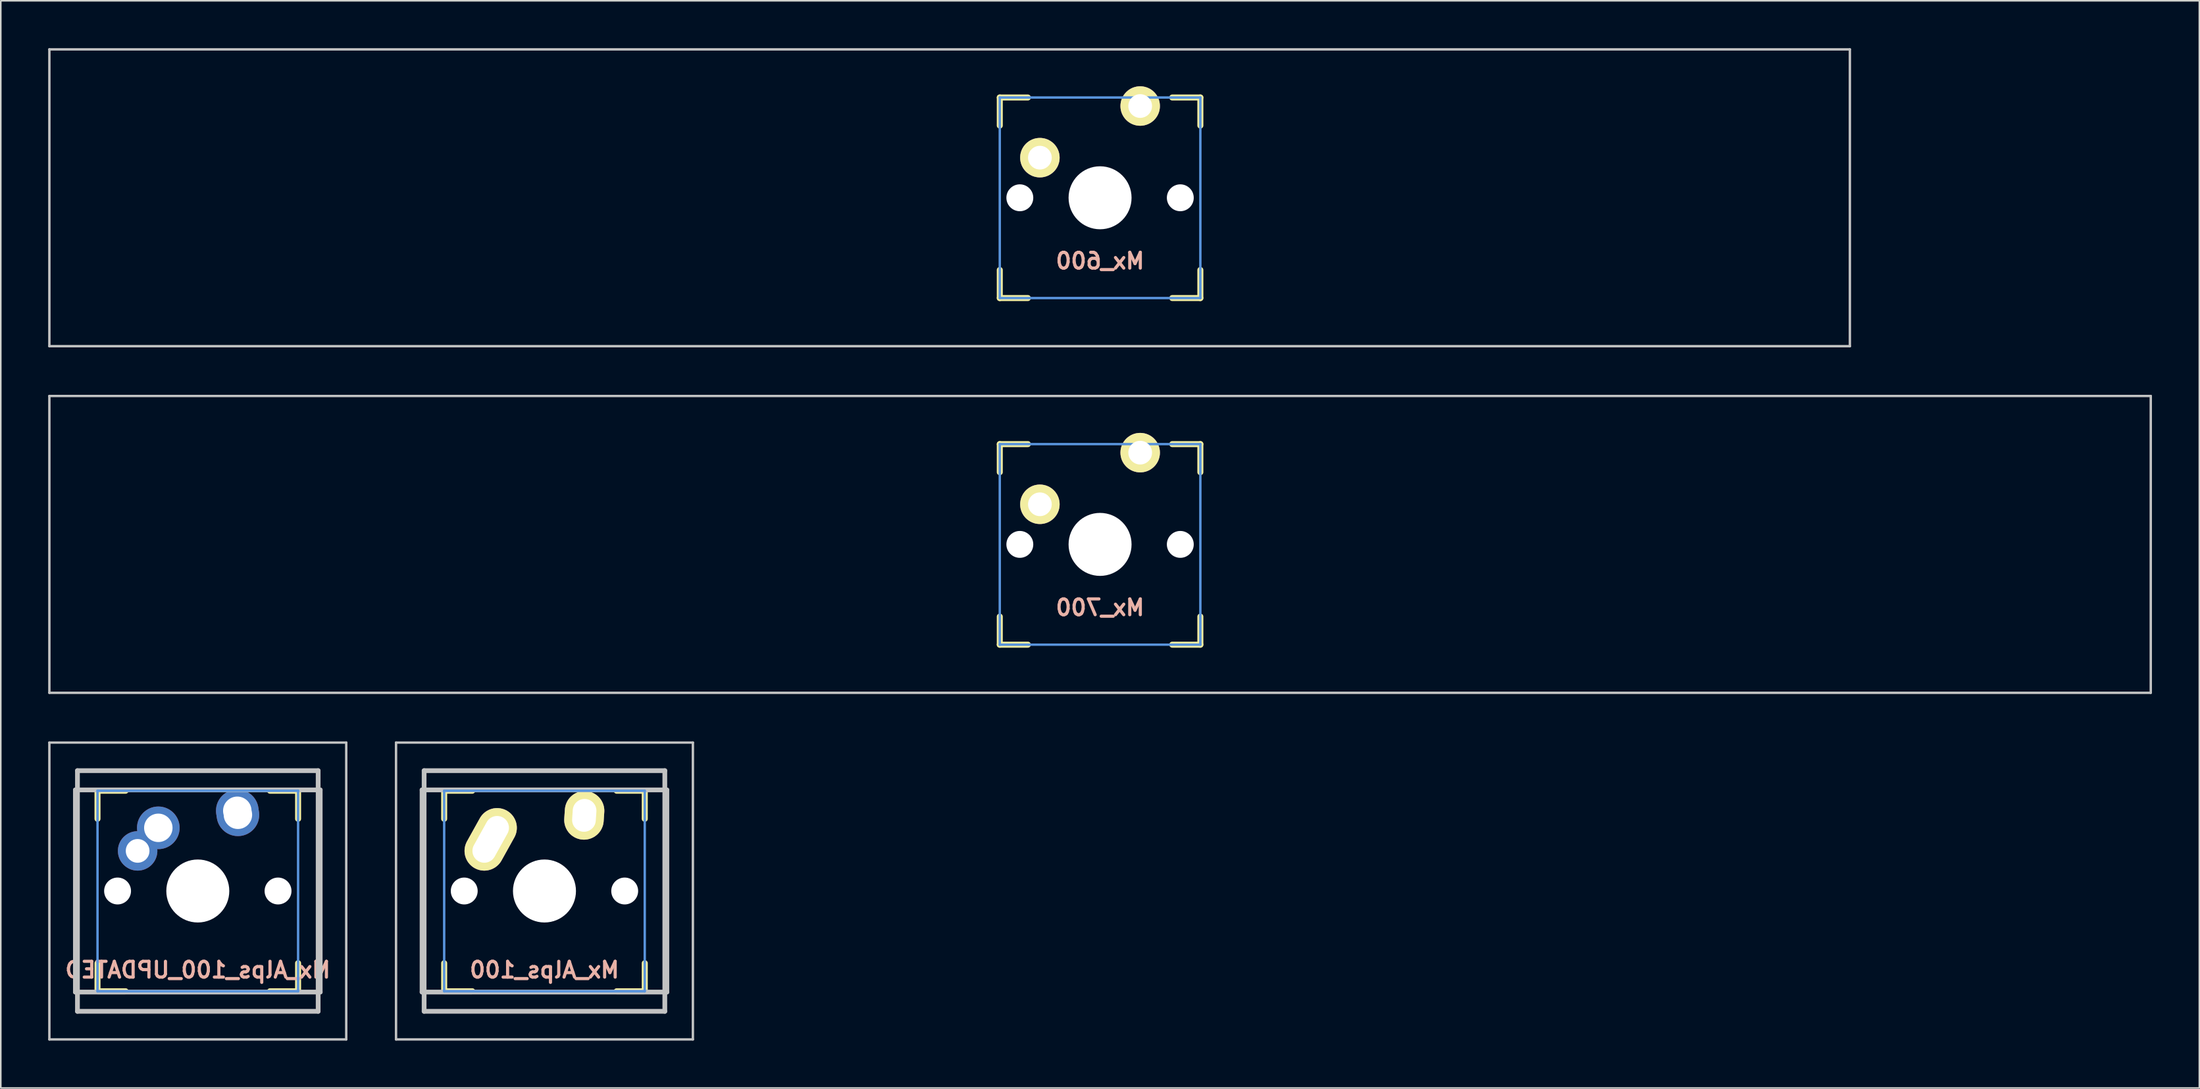
<source format=kicad_pcb>
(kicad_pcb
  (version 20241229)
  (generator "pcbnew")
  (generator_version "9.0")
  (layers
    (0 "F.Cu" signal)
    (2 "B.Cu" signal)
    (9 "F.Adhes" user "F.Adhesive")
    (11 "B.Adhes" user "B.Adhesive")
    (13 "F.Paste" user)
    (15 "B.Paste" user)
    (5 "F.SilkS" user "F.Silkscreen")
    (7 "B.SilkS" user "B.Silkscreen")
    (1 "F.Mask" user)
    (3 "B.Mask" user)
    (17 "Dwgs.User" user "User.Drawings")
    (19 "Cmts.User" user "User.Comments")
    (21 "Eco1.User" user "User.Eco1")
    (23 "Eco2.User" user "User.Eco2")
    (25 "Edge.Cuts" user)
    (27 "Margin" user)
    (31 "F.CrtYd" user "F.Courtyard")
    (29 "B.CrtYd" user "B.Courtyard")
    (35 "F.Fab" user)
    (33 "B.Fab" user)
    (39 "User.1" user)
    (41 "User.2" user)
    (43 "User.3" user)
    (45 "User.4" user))
  (footprint "Mx_Alps_100_UPDATED"
    (layer "F.Cu")
    (at 9.474 53.371)
    (property "Reference" "Mx_Alps_100_UPDATED" (at 0 5 0) (layer "B.SilkS") (effects (font (size 1 1) (thickness 0.2)) (justify mirror)))
    (attr through_hole)
    (fp_line (start -6.35 -6.35) (end -4.572 -6.35) (stroke (width 0.381) (type solid)) (layer "F.SilkS"))
    (fp_line (start -6.35 -4.572) (end -6.35 -6.35) (stroke (width 0.381) (type solid)) (layer "F.SilkS"))
    (fp_line (start -6.35 6.35) (end -6.35 4.572) (stroke (width 0.381) (type solid)) (layer "F.SilkS"))
    (fp_line (start -4.572 6.35) (end -6.35 6.35) (stroke (width 0.381) (type solid)) (layer "F.SilkS"))
    (fp_line (start 4.572 -6.35) (end 6.35 -6.35) (stroke (width 0.381) (type solid)) (layer "F.SilkS"))
    (fp_line (start 6.35 -6.35) (end 6.35 -4.572) (stroke (width 0.381) (type solid)) (layer "F.SilkS"))
    (fp_line (start 6.35 4.572) (end 6.35 6.35) (stroke (width 0.381) (type solid)) (layer "F.SilkS"))
    (fp_line (start 6.35 6.35) (end 4.572 6.35) (stroke (width 0.381) (type solid)) (layer "F.SilkS"))
    (fp_line (start -9.398 -9.398) (end 9.398 -9.398) (stroke (width 0.152) (type solid)) (layer "Dwgs.User"))
    (fp_line (start -9.398 9.398) (end -9.398 -9.398) (stroke (width 0.152) (type solid)) (layer "Dwgs.User"))
    (fp_line (start -7.75 6.4) (end -7.75 -6.4) (stroke (width 0.3) (type solid)) (layer "Dwgs.User"))
    (fp_line (start -7.75 6.4) (end 7.75 6.4) (stroke (width 0.3) (type solid)) (layer "Dwgs.User"))
    (fp_line (start -7.62 -7.62) (end 7.62 -7.62) (stroke (width 0.3) (type solid)) (layer "Dwgs.User"))
    (fp_line (start -7.62 7.62) (end -7.62 -7.62) (stroke (width 0.3) (type solid)) (layer "Dwgs.User"))
    (fp_line (start 7.62 -7.62) (end 7.62 7.62) (stroke (width 0.3) (type solid)) (layer "Dwgs.User"))
    (fp_line (start 7.62 7.62) (end -7.62 7.62) (stroke (width 0.3) (type solid)) (layer "Dwgs.User"))
    (fp_line (start 7.75 -6.4) (end -7.75 -6.4) (stroke (width 0.3) (type solid)) (layer "Dwgs.User"))
    (fp_line (start 7.75 6.4) (end 7.75 -6.4) (stroke (width 0.3) (type solid)) (layer "Dwgs.User"))
    (fp_line (start 9.398 -9.398) (end 9.398 9.398) (stroke (width 0.152) (type solid)) (layer "Dwgs.User"))
    (fp_line (start 9.398 9.398) (end -9.398 9.398) (stroke (width 0.152) (type solid)) (layer "Dwgs.User"))
    (fp_line (start -6.35 -6.35) (end 6.35 -6.35) (stroke (width 0.152) (type solid)) (layer "Cmts.User"))
    (fp_line (start -6.35 6.35) (end -6.35 -6.35) (stroke (width 0.152) (type solid)) (layer "Cmts.User"))
    (fp_line (start 6.35 -6.35) (end 6.35 6.35) (stroke (width 0.152) (type solid)) (layer "Cmts.User"))
    (fp_line (start 6.35 6.35) (end -6.35 6.35) (stroke (width 0.152) (type solid)) (layer "Cmts.User"))
    (fp_line (start -6.985 -6.985) (end 6.985 -6.985) (stroke (width 0.152) (type solid)) (layer "Eco2.User"))
    (fp_line (start -6.985 6.985) (end -6.985 -6.985) (stroke (width 0.152) (type solid)) (layer "Eco2.User"))
    (fp_line (start 6.985 -6.985) (end 6.985 6.985) (stroke (width 0.152) (type solid)) (layer "Eco2.User"))
    (fp_line (start 6.985 6.985) (end -6.985 6.985) (stroke (width 0.152) (type solid)) (layer "Eco2.User"))
    (pad "" np_thru_hole circle (at -5.08 0) (size 1.702 1.702) (drill 1.702) (layers "*.Cu"))
    (pad "" np_thru_hole circle (at 0 0) (size 3.988 3.988) (drill 3.988) (layers "*.Cu"))
    (pad "" np_thru_hole circle (at 5.08 0) (size 1.702 1.702) (drill 1.702) (layers "*.Cu"))
    (pad "1" thru_hole circle (at -3.81 -2.54) (size 2.5 2.5) (drill 1.5) (layers "*.Cu" "*.Mask"))
    (pad "1" thru_hole circle (at -2.5 -4) (size 2.7 2.7) (drill 1.8) (layers "*.Cu" "*.Mask"))
    (pad "2" thru_hole circle (at 2.5 -5.08) (size 2.7 2.7) (drill 1.8) (layers "*.Cu" "*.Mask"))
    (pad "2" thru_hole circle (at 2.54 -4.826) (size 2.7 2.7) (drill 1.8) (layers "*.Cu" "*.Mask")))
  (footprint "Mx_700"
    (layer "F.Cu")
    (at 66.601 31.423)
    (property "Reference" "Mx_700" (at 0 4 0) (layer "B.SilkS") (effects (font (size 1 1) (thickness 0.2)) (justify mirror)))
    (attr through_hole)
    (fp_line (start -6.35 -6.35) (end -4.572 -6.35) (stroke (width 0.381) (type solid)) (layer "F.SilkS"))
    (fp_line (start -6.35 -4.572) (end -6.35 -6.35) (stroke (width 0.381) (type solid)) (layer "F.SilkS"))
    (fp_line (start -6.35 6.35) (end -6.35 4.572) (stroke (width 0.381) (type solid)) (layer "F.SilkS"))
    (fp_line (start -4.572 6.35) (end -6.35 6.35) (stroke (width 0.381) (type solid)) (layer "F.SilkS"))
    (fp_line (start 4.572 -6.35) (end 6.35 -6.35) (stroke (width 0.381) (type solid)) (layer "F.SilkS"))
    (fp_line (start 6.35 -6.35) (end 6.35 -4.572) (stroke (width 0.381) (type solid)) (layer "F.SilkS"))
    (fp_line (start 6.35 4.572) (end 6.35 6.35) (stroke (width 0.381) (type solid)) (layer "F.SilkS"))
    (fp_line (start 6.35 6.35) (end 4.572 6.35) (stroke (width 0.381) (type solid)) (layer "F.SilkS"))
    (fp_line (start -66.525 -9.398) (end 66.525 -9.398) (stroke (width 0.152) (type solid)) (layer "Dwgs.User"))
    (fp_line (start -66.525 9.398) (end -66.525 -9.398) (stroke (width 0.152) (type solid)) (layer "Dwgs.User"))
    (fp_line (start 66.525 -9.398) (end 66.525 9.398) (stroke (width 0.152) (type solid)) (layer "Dwgs.User"))
    (fp_line (start 66.525 9.398) (end -66.525 9.398) (stroke (width 0.152) (type solid)) (layer "Dwgs.User"))
    (fp_line (start -6.35 -6.35) (end 6.35 -6.35) (stroke (width 0.152) (type solid)) (layer "Cmts.User"))
    (fp_line (start -6.35 6.35) (end -6.35 -6.35) (stroke (width 0.152) (type solid)) (layer "Cmts.User"))
    (fp_line (start 6.35 -6.35) (end 6.35 6.35) (stroke (width 0.152) (type solid)) (layer "Cmts.User"))
    (fp_line (start 6.35 6.35) (end -6.35 6.35) (stroke (width 0.152) (type solid)) (layer "Cmts.User"))
    (fp_line (start -6.985 -6.985) (end -6.985 6.985) (stroke (width 0.152) (type solid)) (layer "Eco2.User"))
    (fp_line (start -6.985 -6.985) (end 6.985 -6.985) (stroke (width 0.152) (type solid)) (layer "Eco2.User"))
    (fp_line (start 6.985 -6.985) (end 6.985 6.985) (stroke (width 0.152) (type solid)) (layer "Eco2.User"))
    (fp_line (start 6.985 6.985) (end -6.985 6.985) (stroke (width 0.152) (type solid)) (layer "Eco2.User"))
    (pad "" np_thru_hole circle (at -5.08 0) (size 1.702 1.702) (drill 1.702) (layers "*.Cu"))
    (pad "" np_thru_hole circle (at 0 0) (size 3.988 3.988) (drill 3.988) (layers "*.Cu"))
    (pad "" np_thru_hole circle (at 5.08 0) (size 1.702 1.702) (drill 1.702) (layers "*.Cu"))
    (pad "1" thru_hole circle (at -3.81 -2.54 330.95) (size 2.5 2.5) (drill 1.5) (layers "*.Cu" "*.Mask" "F.SilkS"))
    (pad "2" thru_hole circle (at 2.54 -5.81 356.1) (size 2.5 2.5) (drill 1.5) (layers "*.Cu" "*.Mask" "F.SilkS")))
  (footprint "Mx_Alps_100"
    (layer "F.Cu")
    (at 31.423 53.371)
    (property "Reference" "Mx_Alps_100" (at 0 5 0) (layer "B.SilkS") (effects (font (size 1 1) (thickness 0.2)) (justify mirror)))
    (attr through_hole)
    (fp_line (start -6.35 -6.35) (end -4.572 -6.35) (stroke (width 0.381) (type solid)) (layer "F.SilkS"))
    (fp_line (start -6.35 -4.572) (end -6.35 -6.35) (stroke (width 0.381) (type solid)) (layer "F.SilkS"))
    (fp_line (start -6.35 6.35) (end -6.35 4.572) (stroke (width 0.381) (type solid)) (layer "F.SilkS"))
    (fp_line (start -4.572 6.35) (end -6.35 6.35) (stroke (width 0.381) (type solid)) (layer "F.SilkS"))
    (fp_line (start 4.572 -6.35) (end 6.35 -6.35) (stroke (width 0.381) (type solid)) (layer "F.SilkS"))
    (fp_line (start 6.35 -6.35) (end 6.35 -4.572) (stroke (width 0.381) (type solid)) (layer "F.SilkS"))
    (fp_line (start 6.35 4.572) (end 6.35 6.35) (stroke (width 0.381) (type solid)) (layer "F.SilkS"))
    (fp_line (start 6.35 6.35) (end 4.572 6.35) (stroke (width 0.381) (type solid)) (layer "F.SilkS"))
    (fp_line (start -9.398 -9.398) (end 9.398 -9.398) (stroke (width 0.152) (type solid)) (layer "Dwgs.User"))
    (fp_line (start -9.398 9.398) (end -9.398 -9.398) (stroke (width 0.152) (type solid)) (layer "Dwgs.User"))
    (fp_line (start -7.75 6.4) (end -7.75 -6.4) (stroke (width 0.3) (type solid)) (layer "Dwgs.User"))
    (fp_line (start -7.75 6.4) (end 7.75 6.4) (stroke (width 0.3) (type solid)) (layer "Dwgs.User"))
    (fp_line (start -7.62 -7.62) (end 7.62 -7.62) (stroke (width 0.3) (type solid)) (layer "Dwgs.User"))
    (fp_line (start -7.62 7.62) (end -7.62 -7.62) (stroke (width 0.3) (type solid)) (layer "Dwgs.User"))
    (fp_line (start 7.62 -7.62) (end 7.62 7.62) (stroke (width 0.3) (type solid)) (layer "Dwgs.User"))
    (fp_line (start 7.62 7.62) (end -7.62 7.62) (stroke (width 0.3) (type solid)) (layer "Dwgs.User"))
    (fp_line (start 7.75 -6.4) (end -7.75 -6.4) (stroke (width 0.3) (type solid)) (layer "Dwgs.User"))
    (fp_line (start 7.75 6.4) (end 7.75 -6.4) (stroke (width 0.3) (type solid)) (layer "Dwgs.User"))
    (fp_line (start 9.398 -9.398) (end 9.398 9.398) (stroke (width 0.152) (type solid)) (layer "Dwgs.User"))
    (fp_line (start 9.398 9.398) (end -9.398 9.398) (stroke (width 0.152) (type solid)) (layer "Dwgs.User"))
    (fp_line (start -6.35 -6.35) (end 6.35 -6.35) (stroke (width 0.152) (type solid)) (layer "Cmts.User"))
    (fp_line (start -6.35 6.35) (end -6.35 -6.35) (stroke (width 0.152) (type solid)) (layer "Cmts.User"))
    (fp_line (start 6.35 -6.35) (end 6.35 6.35) (stroke (width 0.152) (type solid)) (layer "Cmts.User"))
    (fp_line (start 6.35 6.35) (end -6.35 6.35) (stroke (width 0.152) (type solid)) (layer "Cmts.User"))
    (fp_line (start -6.985 -6.985) (end 6.985 -6.985) (stroke (width 0.152) (type solid)) (layer "Eco2.User"))
    (fp_line (start -6.985 6.985) (end -6.985 -6.985) (stroke (width 0.152) (type solid)) (layer "Eco2.User"))
    (fp_line (start 6.985 -6.985) (end 6.985 6.985) (stroke (width 0.152) (type solid)) (layer "Eco2.User"))
    (fp_line (start 6.985 6.985) (end -6.985 6.985) (stroke (width 0.152) (type solid)) (layer "Eco2.User"))
    (pad "" np_thru_hole circle (at -5.08 0) (size 1.702 1.702) (drill 1.702) (layers "*.Cu"))
    (pad "" np_thru_hole circle (at 0 0) (size 3.988 3.988) (drill 3.988) (layers "*.Cu"))
    (pad "" np_thru_hole circle (at 5.08 0) (size 1.702 1.702) (drill 1.702) (layers "*.Cu"))
    (pad "1" thru_hole oval (at -3.405 -3.27 330.95) (size 2.5 4.17) (drill oval 1.5 3.17) (layers "*.Cu" "*.Mask" "F.SilkS"))
    (pad "2" thru_hole oval (at 2.52 -4.79 356.1) (size 2.5 3.08) (drill oval 1.5 2.08) (layers "*.Cu" "*.Mask" "F.SilkS")))
  (footprint "Mx_600"
    (layer "F.Cu")
    (at 66.601 9.474)
    (property "Reference" "Mx_600" (at 0 4 0) (layer "B.SilkS") (effects (font (size 1 1) (thickness 0.2)) (justify mirror)))
    (attr through_hole)
    (fp_line (start -6.35 -6.35) (end -4.572 -6.35) (stroke (width 0.381) (type solid)) (layer "F.SilkS"))
    (fp_line (start -6.35 -4.572) (end -6.35 -6.35) (stroke (width 0.381) (type solid)) (layer "F.SilkS"))
    (fp_line (start -6.35 6.35) (end -6.35 4.572) (stroke (width 0.381) (type solid)) (layer "F.SilkS"))
    (fp_line (start -4.572 6.35) (end -6.35 6.35) (stroke (width 0.381) (type solid)) (layer "F.SilkS"))
    (fp_line (start 4.572 -6.35) (end 6.35 -6.35) (stroke (width 0.381) (type solid)) (layer "F.SilkS"))
    (fp_line (start 6.35 -6.35) (end 6.35 -4.572) (stroke (width 0.381) (type solid)) (layer "F.SilkS"))
    (fp_line (start 6.35 4.572) (end 6.35 6.35) (stroke (width 0.381) (type solid)) (layer "F.SilkS"))
    (fp_line (start 6.35 6.35) (end 4.572 6.35) (stroke (width 0.381) (type solid)) (layer "F.SilkS"))
    (fp_line (start -66.525 -9.398) (end 47.475 -9.398) (stroke (width 0.152) (type solid)) (layer "Dwgs.User"))
    (fp_line (start -66.525 9.398) (end -66.525 -9.398) (stroke (width 0.152) (type solid)) (layer "Dwgs.User"))
    (fp_line (start 47.475 -9.398) (end 47.475 9.398) (stroke (width 0.152) (type solid)) (layer "Dwgs.User"))
    (fp_line (start 47.475 9.398) (end -66.525 9.398) (stroke (width 0.152) (type solid)) (layer "Dwgs.User"))
    (fp_line (start -6.35 -6.35) (end 6.35 -6.35) (stroke (width 0.152) (type solid)) (layer "Cmts.User"))
    (fp_line (start -6.35 6.35) (end -6.35 -6.35) (stroke (width 0.152) (type solid)) (layer "Cmts.User"))
    (fp_line (start 6.35 -6.35) (end 6.35 6.35) (stroke (width 0.152) (type solid)) (layer "Cmts.User"))
    (fp_line (start 6.35 6.35) (end -6.35 6.35) (stroke (width 0.152) (type solid)) (layer "Cmts.User"))
    (fp_line (start -6.985 -6.985) (end -6.985 6.985) (stroke (width 0.152) (type solid)) (layer "Eco2.User"))
    (fp_line (start -6.985 -6.985) (end 6.985 -6.985) (stroke (width 0.152) (type solid)) (layer "Eco2.User"))
    (fp_line (start 6.985 -6.985) (end 6.985 6.985) (stroke (width 0.152) (type solid)) (layer "Eco2.User"))
    (fp_line (start 6.985 6.985) (end -6.985 6.985) (stroke (width 0.152) (type solid)) (layer "Eco2.User"))
    (pad "" np_thru_hole circle (at -5.08 0) (size 1.702 1.702) (drill 1.702) (layers "*.Cu"))
    (pad "" np_thru_hole circle (at 0 0) (size 3.988 3.988) (drill 3.988) (layers "*.Cu"))
    (pad "" np_thru_hole circle (at 5.08 0) (size 1.702 1.702) (drill 1.702) (layers "*.Cu"))
    (pad "1" thru_hole circle (at -3.81 -2.54 330.95) (size 2.5 2.5) (drill 1.5) (layers "*.Cu" "*.Mask" "F.SilkS"))
    (pad "2" thru_hole circle (at 2.54 -5.81 356.1) (size 2.5 2.5) (drill 1.5) (layers "*.Cu" "*.Mask" "F.SilkS")))
  (gr_rect
    (start -3 -3)
    (end 136.202 65.845)
    (stroke (width 0.1) (type default))
    (fill no)
    (layer "Edge.Cuts")))
</source>
